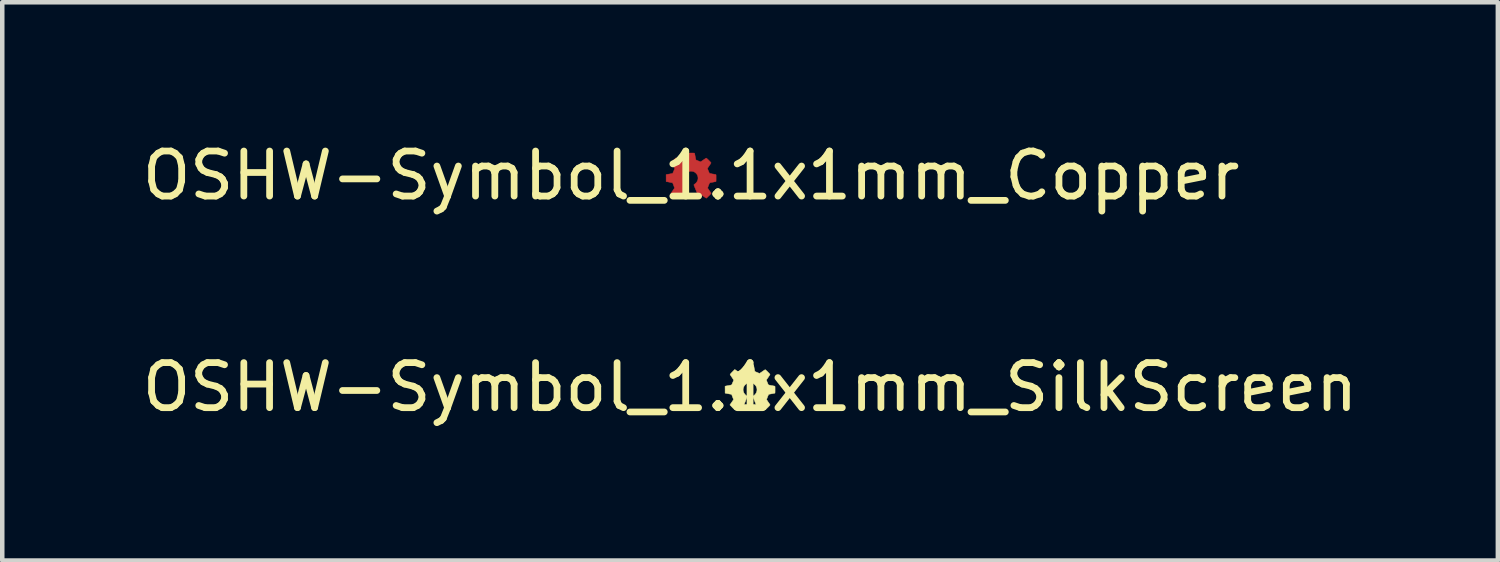
<source format=kicad_pcb>
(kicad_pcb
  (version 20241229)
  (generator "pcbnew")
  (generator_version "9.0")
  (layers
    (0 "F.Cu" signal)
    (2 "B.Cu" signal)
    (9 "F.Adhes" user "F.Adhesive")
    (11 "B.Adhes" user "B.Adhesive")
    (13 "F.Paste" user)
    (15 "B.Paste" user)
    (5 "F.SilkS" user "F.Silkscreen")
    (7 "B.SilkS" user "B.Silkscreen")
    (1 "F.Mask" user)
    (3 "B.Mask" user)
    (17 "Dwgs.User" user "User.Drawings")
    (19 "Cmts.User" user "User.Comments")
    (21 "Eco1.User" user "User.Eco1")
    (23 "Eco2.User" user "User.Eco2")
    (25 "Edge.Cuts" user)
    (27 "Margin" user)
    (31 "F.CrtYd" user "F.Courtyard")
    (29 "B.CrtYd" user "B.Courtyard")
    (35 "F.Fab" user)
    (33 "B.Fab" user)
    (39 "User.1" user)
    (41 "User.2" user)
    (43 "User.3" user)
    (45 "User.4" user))
  (footprint "OSHW-Symbol_1.1x1mm_SilkScreen"
    (layer "F.Cu")
    (at 13.601 5.545)
    (property "Reference" "OSHW-Symbol_1.1x1mm_SilkScreen" (at 0 0 0) (layer "F.SilkS") (effects (font (size 1 1) (thickness 0.15))))
    (attr exclude_from_pos_files exclude_from_bom)
    (fp_poly (pts (xy 0.025 -0.501) (xy 0.044 -0.501) (xy 0.058 -0.5) (xy 0.067 -0.5) (xy 0.073 -0.499) (xy 0.076 -0.497) (xy 0.077 -0.495) (xy 0.078 -0.493) (xy 0.079 -0.487) (xy 0.082 -0.475) (xy 0.085 -0.458) (xy 0.089 -0.439) (xy 0.092 -0.418) (xy 0.097 -0.397) (xy 0.1 -0.378) (xy 0.104 -0.363) (xy 0.106 -0.353) (xy 0.108 -0.348) (xy 0.108 -0.348) (xy 0.112 -0.346) (xy 0.122 -0.342) (xy 0.136 -0.336) (xy 0.153 -0.329) (xy 0.161 -0.325) (xy 0.211 -0.305) (xy 0.27 -0.345) (xy 0.288 -0.358) (xy 0.305 -0.369) (xy 0.319 -0.378) (xy 0.329 -0.385) (xy 0.335 -0.388) (xy 0.335 -0.388) (xy 0.339 -0.387) (xy 0.346 -0.382) (xy 0.356 -0.374) (xy 0.37 -0.361) (xy 0.388 -0.344) (xy 0.392 -0.339) (xy 0.408 -0.323) (xy 0.422 -0.309) (xy 0.432 -0.297) (xy 0.44 -0.288) (xy 0.443 -0.283) (xy 0.443 -0.283) (xy 0.441 -0.278) (xy 0.435 -0.269) (xy 0.427 -0.255) (xy 0.416 -0.239) (xy 0.404 -0.221) (xy 0.392 -0.203) (xy 0.381 -0.187) (xy 0.372 -0.174) (xy 0.366 -0.165) (xy 0.364 -0.161) (xy 0.365 -0.156) (xy 0.368 -0.146) (xy 0.373 -0.132) (xy 0.379 -0.116) (xy 0.386 -0.1) (xy 0.393 -0.083) (xy 0.399 -0.069) (xy 0.404 -0.058) (xy 0.408 -0.052) (xy 0.408 -0.052) (xy 0.413 -0.05) (xy 0.423 -0.047) (xy 0.439 -0.044) (xy 0.457 -0.04) (xy 0.475 -0.036) (xy 0.497 -0.033) (xy 0.516 -0.029) (xy 0.531 -0.026) (xy 0.543 -0.024) (xy 0.547 -0.023) (xy 0.55 -0.022) (xy 0.552 -0.021) (xy 0.553 -0.017) (xy 0.554 -0.011) (xy 0.555 -0.002) (xy 0.555 0.012) (xy 0.555 0.032) (xy 0.555 0.055) (xy 0.555 0.077) (xy 0.555 0.097) (xy 0.554 0.114) (xy 0.554 0.126) (xy 0.553 0.131) (xy 0.553 0.132) (xy 0.548 0.133) (xy 0.538 0.135) (xy 0.523 0.138) (xy 0.505 0.142) (xy 0.488 0.145) (xy 0.467 0.149) (xy 0.449 0.152) (xy 0.433 0.155) (xy 0.423 0.158) (xy 0.419 0.158) (xy 0.415 0.16) (xy 0.411 0.166) (xy 0.406 0.174) (xy 0.4 0.188) (xy 0.392 0.207) (xy 0.388 0.216) (xy 0.381 0.235) (xy 0.375 0.252) (xy 0.37 0.265) (xy 0.368 0.274) (xy 0.368 0.277) (xy 0.37 0.281) (xy 0.376 0.29) (xy 0.385 0.303) (xy 0.395 0.319) (xy 0.405 0.334) (xy 0.417 0.351) (xy 0.428 0.367) (xy 0.436 0.379) (xy 0.442 0.388) (xy 0.444 0.391) (xy 0.443 0.395) (xy 0.437 0.404) (xy 0.427 0.416) (xy 0.411 0.433) (xy 0.395 0.449) (xy 0.379 0.464) (xy 0.365 0.478) (xy 0.353 0.49) (xy 0.344 0.497) (xy 0.34 0.501) (xy 0.34 0.501) (xy 0.335 0.499) (xy 0.326 0.494) (xy 0.313 0.485) (xy 0.297 0.475) (xy 0.279 0.463) (xy 0.279 0.462) (xy 0.221 0.423) (xy 0.192 0.437) (xy 0.178 0.444) (xy 0.169 0.448) (xy 0.163 0.449) (xy 0.16 0.447) (xy 0.16 0.446) (xy 0.157 0.441) (xy 0.152 0.43) (xy 0.146 0.415) (xy 0.138 0.396) (xy 0.128 0.373) (xy 0.119 0.35) (xy 0.109 0.325) (xy 0.099 0.3) (xy 0.089 0.276) (xy 0.08 0.255) (xy 0.073 0.236) (xy 0.067 0.221) (xy 0.063 0.211) (xy 0.062 0.206) (xy 0.062 0.206) (xy 0.065 0.201) (xy 0.072 0.195) (xy 0.08 0.189) (xy 0.106 0.168) (xy 0.126 0.144) (xy 0.141 0.117) (xy 0.151 0.087) (xy 0.154 0.057) (xy 0.151 0.027) (xy 0.143 -0.002) (xy 0.128 -0.03) (xy 0.112 -0.049) (xy 0.087 -0.071) (xy 0.06 -0.087) (xy 0.03 -0.095) (xy -0.001 -0.098) (xy -0.034 -0.095) (xy -0.064 -0.085) (xy -0.092 -0.068) (xy -0.114 -0.048) (xy -0.133 -0.022) (xy -0.146 0.007) (xy -0.153 0.037) (xy -0.154 0.067) (xy -0.148 0.098) (xy -0.137 0.126) (xy -0.119 0.153) (xy -0.104 0.169) (xy -0.093 0.179) (xy -0.082 0.188) (xy -0.073 0.194) (xy -0.072 0.194) (xy -0.065 0.2) (xy -0.062 0.205) (xy -0.062 0.206) (xy -0.063 0.21) (xy -0.067 0.22) (xy -0.073 0.235) (xy -0.08 0.254) (xy -0.089 0.275) (xy -0.098 0.299) (xy -0.108 0.324) (xy -0.118 0.349) (xy -0.128 0.373) (xy -0.137 0.395) (xy -0.145 0.414) (xy -0.152 0.43) (xy -0.157 0.441) (xy -0.16 0.446) (xy -0.16 0.447) (xy -0.162 0.449) (xy -0.167 0.448) (xy -0.176 0.445) (xy -0.189 0.439) (xy -0.192 0.438) (xy -0.221 0.423) (xy -0.278 0.462) (xy -0.297 0.474) (xy -0.313 0.485) (xy -0.326 0.493) (xy -0.335 0.499) (xy -0.339 0.501) (xy -0.339 0.501) (xy -0.343 0.498) (xy -0.351 0.492) (xy -0.362 0.481) (xy -0.375 0.469) (xy -0.381 0.462) (xy -0.396 0.447) (xy -0.41 0.432) (xy -0.422 0.419) (xy -0.431 0.41) (xy -0.433 0.408) (xy -0.447 0.393) (xy -0.408 0.337) (xy -0.396 0.319) (xy -0.385 0.303) (xy -0.376 0.29) (xy -0.37 0.281) (xy -0.368 0.277) (xy -0.368 0.273) (xy -0.371 0.263) (xy -0.376 0.25) (xy -0.382 0.234) (xy -0.388 0.217) (xy -0.395 0.199) (xy -0.401 0.184) (xy -0.406 0.171) (xy -0.41 0.163) (xy -0.411 0.16) (xy -0.415 0.159) (xy -0.425 0.157) (xy -0.439 0.154) (xy -0.458 0.151) (xy -0.479 0.147) (xy -0.483 0.146) (xy -0.554 0.132) (xy -0.554 0.056) (xy -0.555 -0.021) (xy -0.547 -0.023) (xy -0.541 -0.024) (xy -0.529 -0.027) (xy -0.513 -0.03) (xy -0.493 -0.033) (xy -0.475 -0.036) (xy -0.455 -0.04) (xy -0.437 -0.044) (xy -0.422 -0.047) (xy -0.412 -0.05) (xy -0.409 -0.051) (xy -0.406 -0.055) (xy -0.402 -0.065) (xy -0.396 -0.078) (xy -0.389 -0.094) (xy -0.382 -0.11) (xy -0.375 -0.127) (xy -0.369 -0.141) (xy -0.365 -0.151) (xy -0.363 -0.157) (xy -0.363 -0.158) (xy -0.365 -0.162) (xy -0.371 -0.171) (xy -0.379 -0.184) (xy -0.39 -0.2) (xy -0.402 -0.218) (xy -0.403 -0.22) (xy -0.415 -0.238) (xy -0.426 -0.254) (xy -0.435 -0.268) (xy -0.441 -0.278) (xy -0.443 -0.283) (xy -0.443 -0.283) (xy -0.44 -0.287) (xy -0.433 -0.296) (xy -0.423 -0.307) (xy -0.41 -0.322) (xy -0.394 -0.337) (xy -0.391 -0.341) (xy -0.339 -0.393) (xy -0.314 -0.375) (xy -0.3 -0.366) (xy -0.283 -0.355) (xy -0.265 -0.342) (xy -0.25 -0.332) (xy -0.211 -0.305) (xy -0.161 -0.325) (xy -0.143 -0.332) (xy -0.128 -0.339) (xy -0.116 -0.344) (xy -0.109 -0.348) (xy -0.108 -0.348) (xy -0.106 -0.353) (xy -0.104 -0.363) (xy -0.1 -0.378) (xy -0.097 -0.397) (xy -0.092 -0.418) (xy -0.088 -0.439) (xy -0.085 -0.459) (xy -0.082 -0.475) (xy -0.079 -0.487) (xy -0.078 -0.493) (xy -0.077 -0.495) (xy -0.076 -0.497) (xy -0.072 -0.499) (xy -0.066 -0.5) (xy -0.057 -0.5) (xy -0.043 -0.501) (xy -0.023 -0.501) (xy 0 -0.501) (xy 0.025 -0.501)) (stroke (width 0.01) (type solid)) (fill yes) (layer "F.SilkS")))
  (footprint "OSHW-Symbol_1.1x1mm_Copper"
    (layer "F.Cu")
    (at 12.292 0.848)
    (property "Reference" "OSHW-Symbol_1.1x1mm_Copper" (at 0 0 0) (layer "F.SilkS") (effects (font (size 1 1) (thickness 0.15))))
    (attr exclude_from_pos_files exclude_from_bom)
    (fp_poly (pts (xy 0.025 -0.501) (xy 0.044 -0.501) (xy 0.058 -0.5) (xy 0.067 -0.5) (xy 0.073 -0.499) (xy 0.076 -0.497) (xy 0.077 -0.495) (xy 0.078 -0.493) (xy 0.079 -0.487) (xy 0.082 -0.475) (xy 0.085 -0.458) (xy 0.089 -0.439) (xy 0.092 -0.418) (xy 0.097 -0.397) (xy 0.1 -0.378) (xy 0.104 -0.363) (xy 0.106 -0.353) (xy 0.108 -0.348) (xy 0.108 -0.348) (xy 0.112 -0.346) (xy 0.122 -0.342) (xy 0.136 -0.336) (xy 0.153 -0.329) (xy 0.161 -0.325) (xy 0.211 -0.305) (xy 0.27 -0.345) (xy 0.288 -0.358) (xy 0.305 -0.369) (xy 0.319 -0.378) (xy 0.329 -0.385) (xy 0.335 -0.388) (xy 0.335 -0.388) (xy 0.339 -0.387) (xy 0.346 -0.382) (xy 0.356 -0.374) (xy 0.37 -0.361) (xy 0.388 -0.344) (xy 0.392 -0.339) (xy 0.408 -0.323) (xy 0.422 -0.309) (xy 0.432 -0.297) (xy 0.44 -0.288) (xy 0.443 -0.283) (xy 0.443 -0.283) (xy 0.441 -0.278) (xy 0.435 -0.269) (xy 0.427 -0.255) (xy 0.416 -0.239) (xy 0.404 -0.221) (xy 0.392 -0.203) (xy 0.381 -0.187) (xy 0.372 -0.174) (xy 0.366 -0.165) (xy 0.364 -0.161) (xy 0.365 -0.156) (xy 0.368 -0.146) (xy 0.373 -0.132) (xy 0.379 -0.116) (xy 0.386 -0.1) (xy 0.393 -0.083) (xy 0.399 -0.069) (xy 0.404 -0.058) (xy 0.408 -0.052) (xy 0.408 -0.052) (xy 0.413 -0.05) (xy 0.423 -0.047) (xy 0.439 -0.044) (xy 0.457 -0.04) (xy 0.475 -0.036) (xy 0.497 -0.033) (xy 0.516 -0.029) (xy 0.531 -0.026) (xy 0.543 -0.024) (xy 0.547 -0.023) (xy 0.55 -0.022) (xy 0.552 -0.021) (xy 0.553 -0.017) (xy 0.554 -0.011) (xy 0.555 -0.002) (xy 0.555 0.012) (xy 0.555 0.032) (xy 0.555 0.055) (xy 0.555 0.077) (xy 0.555 0.097) (xy 0.554 0.114) (xy 0.554 0.126) (xy 0.553 0.131) (xy 0.553 0.132) (xy 0.548 0.133) (xy 0.538 0.135) (xy 0.523 0.138) (xy 0.505 0.142) (xy 0.488 0.145) (xy 0.467 0.149) (xy 0.449 0.152) (xy 0.433 0.155) (xy 0.423 0.158) (xy 0.419 0.158) (xy 0.415 0.16) (xy 0.411 0.166) (xy 0.406 0.174) (xy 0.4 0.188) (xy 0.392 0.207) (xy 0.388 0.216) (xy 0.381 0.235) (xy 0.375 0.252) (xy 0.37 0.265) (xy 0.368 0.274) (xy 0.368 0.277) (xy 0.37 0.281) (xy 0.376 0.29) (xy 0.385 0.303) (xy 0.395 0.319) (xy 0.405 0.334) (xy 0.417 0.351) (xy 0.428 0.367) (xy 0.436 0.379) (xy 0.442 0.388) (xy 0.444 0.391) (xy 0.443 0.395) (xy 0.437 0.404) (xy 0.427 0.416) (xy 0.411 0.433) (xy 0.395 0.449) (xy 0.379 0.464) (xy 0.365 0.478) (xy 0.353 0.49) (xy 0.344 0.497) (xy 0.34 0.501) (xy 0.34 0.501) (xy 0.335 0.499) (xy 0.326 0.494) (xy 0.313 0.485) (xy 0.297 0.475) (xy 0.279 0.463) (xy 0.279 0.462) (xy 0.221 0.423) (xy 0.192 0.437) (xy 0.178 0.444) (xy 0.169 0.448) (xy 0.163 0.449) (xy 0.16 0.447) (xy 0.16 0.446) (xy 0.157 0.441) (xy 0.152 0.43) (xy 0.146 0.415) (xy 0.138 0.396) (xy 0.128 0.373) (xy 0.119 0.35) (xy 0.109 0.325) (xy 0.099 0.3) (xy 0.089 0.276) (xy 0.08 0.255) (xy 0.073 0.236) (xy 0.067 0.221) (xy 0.063 0.211) (xy 0.062 0.206) (xy 0.062 0.206) (xy 0.065 0.201) (xy 0.072 0.195) (xy 0.08 0.189) (xy 0.106 0.168) (xy 0.126 0.144) (xy 0.141 0.117) (xy 0.151 0.087) (xy 0.154 0.057) (xy 0.151 0.027) (xy 0.143 -0.002) (xy 0.128 -0.03) (xy 0.112 -0.049) (xy 0.087 -0.071) (xy 0.06 -0.087) (xy 0.03 -0.095) (xy -0.001 -0.098) (xy -0.034 -0.095) (xy -0.064 -0.085) (xy -0.092 -0.068) (xy -0.114 -0.048) (xy -0.133 -0.022) (xy -0.146 0.007) (xy -0.153 0.037) (xy -0.154 0.067) (xy -0.148 0.098) (xy -0.137 0.126) (xy -0.119 0.153) (xy -0.104 0.169) (xy -0.093 0.179) (xy -0.082 0.188) (xy -0.073 0.194) (xy -0.072 0.194) (xy -0.065 0.2) (xy -0.062 0.205) (xy -0.062 0.206) (xy -0.063 0.21) (xy -0.067 0.22) (xy -0.073 0.235) (xy -0.08 0.254) (xy -0.089 0.275) (xy -0.098 0.299) (xy -0.108 0.324) (xy -0.118 0.349) (xy -0.128 0.373) (xy -0.137 0.395) (xy -0.145 0.414) (xy -0.152 0.43) (xy -0.157 0.441) (xy -0.16 0.446) (xy -0.16 0.447) (xy -0.162 0.449) (xy -0.167 0.448) (xy -0.176 0.445) (xy -0.189 0.439) (xy -0.192 0.438) (xy -0.221 0.423) (xy -0.278 0.462) (xy -0.297 0.474) (xy -0.313 0.485) (xy -0.326 0.493) (xy -0.335 0.499) (xy -0.339 0.501) (xy -0.339 0.501) (xy -0.343 0.498) (xy -0.351 0.492) (xy -0.362 0.481) (xy -0.375 0.469) (xy -0.381 0.462) (xy -0.396 0.447) (xy -0.41 0.432) (xy -0.422 0.419) (xy -0.431 0.41) (xy -0.433 0.408) (xy -0.447 0.393) (xy -0.408 0.337) (xy -0.396 0.319) (xy -0.385 0.303) (xy -0.376 0.29) (xy -0.37 0.281) (xy -0.368 0.277) (xy -0.368 0.273) (xy -0.371 0.263) (xy -0.376 0.25) (xy -0.382 0.234) (xy -0.388 0.217) (xy -0.395 0.199) (xy -0.401 0.184) (xy -0.406 0.171) (xy -0.41 0.163) (xy -0.411 0.16) (xy -0.415 0.159) (xy -0.425 0.157) (xy -0.439 0.154) (xy -0.458 0.151) (xy -0.479 0.147) (xy -0.483 0.146) (xy -0.554 0.132) (xy -0.554 0.056) (xy -0.555 -0.021) (xy -0.547 -0.023) (xy -0.541 -0.024) (xy -0.529 -0.027) (xy -0.513 -0.03) (xy -0.493 -0.033) (xy -0.475 -0.036) (xy -0.455 -0.04) (xy -0.437 -0.044) (xy -0.422 -0.047) (xy -0.412 -0.05) (xy -0.409 -0.051) (xy -0.406 -0.055) (xy -0.402 -0.065) (xy -0.396 -0.078) (xy -0.389 -0.094) (xy -0.382 -0.11) (xy -0.375 -0.127) (xy -0.369 -0.141) (xy -0.365 -0.151) (xy -0.363 -0.157) (xy -0.363 -0.158) (xy -0.365 -0.162) (xy -0.371 -0.171) (xy -0.379 -0.184) (xy -0.39 -0.2) (xy -0.402 -0.218) (xy -0.403 -0.22) (xy -0.415 -0.238) (xy -0.426 -0.254) (xy -0.435 -0.268) (xy -0.441 -0.278) (xy -0.443 -0.283) (xy -0.443 -0.283) (xy -0.44 -0.287) (xy -0.433 -0.296) (xy -0.423 -0.307) (xy -0.41 -0.322) (xy -0.394 -0.337) (xy -0.391 -0.341) (xy -0.339 -0.393) (xy -0.314 -0.375) (xy -0.3 -0.366) (xy -0.283 -0.355) (xy -0.265 -0.342) (xy -0.25 -0.332) (xy -0.211 -0.305) (xy -0.161 -0.325) (xy -0.143 -0.332) (xy -0.128 -0.339) (xy -0.116 -0.344) (xy -0.109 -0.348) (xy -0.108 -0.348) (xy -0.106 -0.353) (xy -0.104 -0.363) (xy -0.1 -0.378) (xy -0.097 -0.397) (xy -0.092 -0.418) (xy -0.088 -0.439) (xy -0.085 -0.459) (xy -0.082 -0.475) (xy -0.079 -0.487) (xy -0.078 -0.493) (xy -0.077 -0.495) (xy -0.076 -0.497) (xy -0.072 -0.499) (xy -0.066 -0.5) (xy -0.057 -0.5) (xy -0.043 -0.501) (xy -0.023 -0.501) (xy 0 -0.501) (xy 0.025 -0.501)) (stroke (width 0.01) (type solid)) (fill yes) (layer "F.Cu")))
  (gr_rect
    (start -3 -3)
    (end 30.202 9.393)
    (stroke (width 0.1) (type default))
    (fill no)
    (layer "Edge.Cuts")))
</source>
